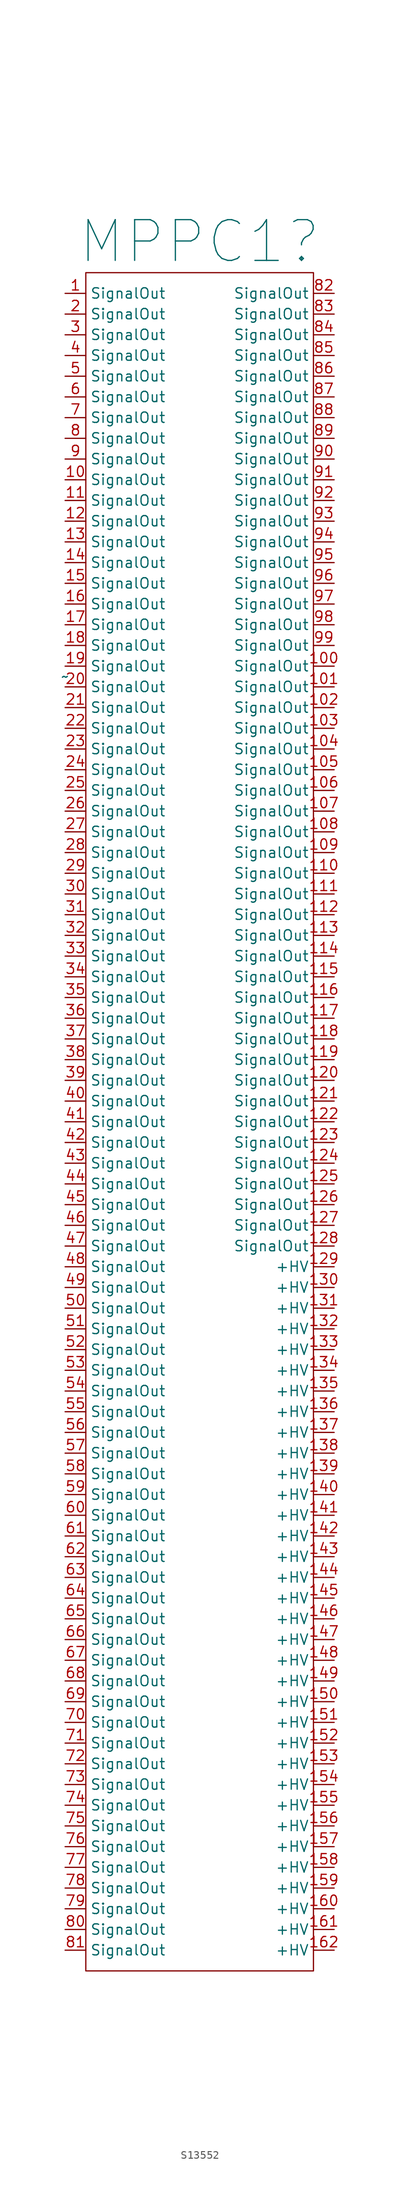
<source format=kicad_sym>
(kicad_symbol_lib
  (version 20220914)
  (generator kicad_symbol_editor)
  (symbol "S13552"
    (property "Reference" "MPPC1"
      (at -1.27 115.57 0)
      (effects (font (size 5 5))))
    (property "Value" "~"
      (at -17.78 62.23 0)
      (effects (font (size 1.27 1.27))))
    (symbol "S13552_0_1"
      (rectangle (start -15.24 111.76) (end 12.7 -96.52) (stroke (width 0) (type default)) (fill (type none))))
    (symbol "S13552_1_1"
      (pin output line (at -17.78 109.22 0) (length 2.54) (name "SignalOut" (effects (font (size 1.27 1.27)))) (number "1" (effects (font (size 1.27 1.27)))))
      (pin output line (at -17.78 86.36 0) (length 2.54) (name "SignalOut" (effects (font (size 1.27 1.27)))) (number "10" (effects (font (size 1.27 1.27)))))
      (pin output line (at 15.24 63.5 180) (length 2.54) (name "SignalOut" (effects (font (size 1.27 1.27)))) (number "100" (effects (font (size 1.27 1.27)))))
      (pin output line (at 15.24 60.96 180) (length 2.54) (name "SignalOut" (effects (font (size 1.27 1.27)))) (number "101" (effects (font (size 1.27 1.27)))))
      (pin output line (at 15.24 58.42 180) (length 2.54) (name "SignalOut" (effects (font (size 1.27 1.27)))) (number "102" (effects (font (size 1.27 1.27)))))
      (pin output line (at 15.24 55.88 180) (length 2.54) (name "SignalOut" (effects (font (size 1.27 1.27)))) (number "103" (effects (font (size 1.27 1.27)))))
      (pin output line (at 15.24 53.34 180) (length 2.54) (name "SignalOut" (effects (font (size 1.27 1.27)))) (number "104" (effects (font (size 1.27 1.27)))))
      (pin output line (at 15.24 50.8 180) (length 2.54) (name "SignalOut" (effects (font (size 1.27 1.27)))) (number "105" (effects (font (size 1.27 1.27)))))
      (pin output line (at 15.24 48.26 180) (length 2.54) (name "SignalOut" (effects (font (size 1.27 1.27)))) (number "106" (effects (font (size 1.27 1.27)))))
      (pin output line (at 15.24 45.72 180) (length 2.54) (name "SignalOut" (effects (font (size 1.27 1.27)))) (number "107" (effects (font (size 1.27 1.27)))))
      (pin output line (at 15.24 43.18 180) (length 2.54) (name "SignalOut" (effects (font (size 1.27 1.27)))) (number "108" (effects (font (size 1.27 1.27)))))
      (pin output line (at 15.24 40.64 180) (length 2.54) (name "SignalOut" (effects (font (size 1.27 1.27)))) (number "109" (effects (font (size 1.27 1.27)))))
      (pin output line (at -17.78 83.82 0) (length 2.54) (name "SignalOut" (effects (font (size 1.27 1.27)))) (number "11" (effects (font (size 1.27 1.27)))))
      (pin output line (at 15.24 38.1 180) (length 2.54) (name "SignalOut" (effects (font (size 1.27 1.27)))) (number "110" (effects (font (size 1.27 1.27)))))
      (pin output line (at 15.24 35.56 180) (length 2.54) (name "SignalOut" (effects (font (size 1.27 1.27)))) (number "111" (effects (font (size 1.27 1.27)))))
      (pin output line (at 15.24 33.02 180) (length 2.54) (name "SignalOut" (effects (font (size 1.27 1.27)))) (number "112" (effects (font (size 1.27 1.27)))))
      (pin output line (at 15.24 30.48 180) (length 2.54) (name "SignalOut" (effects (font (size 1.27 1.27)))) (number "113" (effects (font (size 1.27 1.27)))))
      (pin output line (at 15.24 27.94 180) (length 2.54) (name "SignalOut" (effects (font (size 1.27 1.27)))) (number "114" (effects (font (size 1.27 1.27)))))
      (pin output line (at 15.24 25.4 180) (length 2.54) (name "SignalOut" (effects (font (size 1.27 1.27)))) (number "115" (effects (font (size 1.27 1.27)))))
      (pin output line (at 15.24 22.86 180) (length 2.54) (name "SignalOut" (effects (font (size 1.27 1.27)))) (number "116" (effects (font (size 1.27 1.27)))))
      (pin output line (at 15.24 20.32 180) (length 2.54) (name "SignalOut" (effects (font (size 1.27 1.27)))) (number "117" (effects (font (size 1.27 1.27)))))
      (pin output line (at 15.24 17.78 180) (length 2.54) (name "SignalOut" (effects (font (size 1.27 1.27)))) (number "118" (effects (font (size 1.27 1.27)))))
      (pin output line (at 15.24 15.24 180) (length 2.54) (name "SignalOut" (effects (font (size 1.27 1.27)))) (number "119" (effects (font (size 1.27 1.27)))))
      (pin output line (at -17.78 81.28 0) (length 2.54) (name "SignalOut" (effects (font (size 1.27 1.27)))) (number "12" (effects (font (size 1.27 1.27)))))
      (pin output line (at 15.24 12.7 180) (length 2.54) (name "SignalOut" (effects (font (size 1.27 1.27)))) (number "120" (effects (font (size 1.27 1.27)))))
      (pin output line (at 15.24 10.16 180) (length 2.54) (name "SignalOut" (effects (font (size 1.27 1.27)))) (number "121" (effects (font (size 1.27 1.27)))))
      (pin output line (at 15.24 7.62 180) (length 2.54) (name "SignalOut" (effects (font (size 1.27 1.27)))) (number "122" (effects (font (size 1.27 1.27)))))
      (pin output line (at 15.24 5.08 180) (length 2.54) (name "SignalOut" (effects (font (size 1.27 1.27)))) (number "123" (effects (font (size 1.27 1.27)))))
      (pin output line (at 15.24 2.54 180) (length 2.54) (name "SignalOut" (effects (font (size 1.27 1.27)))) (number "124" (effects (font (size 1.27 1.27)))))
      (pin output line (at 15.24 0 180) (length 2.54) (name "SignalOut" (effects (font (size 1.27 1.27)))) (number "125" (effects (font (size 1.27 1.27)))))
      (pin output line (at 15.24 -2.54 180) (length 2.54) (name "SignalOut" (effects (font (size 1.27 1.27)))) (number "126" (effects (font (size 1.27 1.27)))))
      (pin output line (at 15.24 -5.08 180) (length 2.54) (name "SignalOut" (effects (font (size 1.27 1.27)))) (number "127" (effects (font (size 1.27 1.27)))))
      (pin output line (at 15.24 -7.62 180) (length 2.54) (name "SignalOut" (effects (font (size 1.27 1.27)))) (number "128" (effects (font (size 1.27 1.27)))))
      (pin input line (at 15.24 -10.16 180) (length 2.54) (name "+HV" (effects (font (size 1.27 1.27)))) (number "129" (effects (font (size 1.27 1.27)))))
      (pin output line (at -17.78 78.74 0) (length 2.54) (name "SignalOut" (effects (font (size 1.27 1.27)))) (number "13" (effects (font (size 1.27 1.27)))))
      (pin input line (at 15.24 -12.7 180) (length 2.54) (name "+HV" (effects (font (size 1.27 1.27)))) (number "130" (effects (font (size 1.27 1.27)))))
      (pin input line (at 15.24 -15.24 180) (length 2.54) (name "+HV" (effects (font (size 1.27 1.27)))) (number "131" (effects (font (size 1.27 1.27)))))
      (pin input line (at 15.24 -17.78 180) (length 2.54) (name "+HV" (effects (font (size 1.27 1.27)))) (number "132" (effects (font (size 1.27 1.27)))))
      (pin input line (at 15.24 -20.32 180) (length 2.54) (name "+HV" (effects (font (size 1.27 1.27)))) (number "133" (effects (font (size 1.27 1.27)))))
      (pin input line (at 15.24 -22.86 180) (length 2.54) (name "+HV" (effects (font (size 1.27 1.27)))) (number "134" (effects (font (size 1.27 1.27)))))
      (pin input line (at 15.24 -25.4 180) (length 2.54) (name "+HV" (effects (font (size 1.27 1.27)))) (number "135" (effects (font (size 1.27 1.27)))))
      (pin input line (at 15.24 -27.94 180) (length 2.54) (name "+HV" (effects (font (size 1.27 1.27)))) (number "136" (effects (font (size 1.27 1.27)))))
      (pin input line (at 15.24 -30.48 180) (length 2.54) (name "+HV" (effects (font (size 1.27 1.27)))) (number "137" (effects (font (size 1.27 1.27)))))
      (pin input line (at 15.24 -33.02 180) (length 2.54) (name "+HV" (effects (font (size 1.27 1.27)))) (number "138" (effects (font (size 1.27 1.27)))))
      (pin input line (at 15.24 -35.56 180) (length 2.54) (name "+HV" (effects (font (size 1.27 1.27)))) (number "139" (effects (font (size 1.27 1.27)))))
      (pin output line (at -17.78 76.2 0) (length 2.54) (name "SignalOut" (effects (font (size 1.27 1.27)))) (number "14" (effects (font (size 1.27 1.27)))))
      (pin input line (at 15.24 -38.1 180) (length 2.54) (name "+HV" (effects (font (size 1.27 1.27)))) (number "140" (effects (font (size 1.27 1.27)))))
      (pin input line (at 15.24 -40.64 180) (length 2.54) (name "+HV" (effects (font (size 1.27 1.27)))) (number "141" (effects (font (size 1.27 1.27)))))
      (pin input line (at 15.24 -43.18 180) (length 2.54) (name "+HV" (effects (font (size 1.27 1.27)))) (number "142" (effects (font (size 1.27 1.27)))))
      (pin input line (at 15.24 -45.72 180) (length 2.54) (name "+HV" (effects (font (size 1.27 1.27)))) (number "143" (effects (font (size 1.27 1.27)))))
      (pin input line (at 15.24 -48.26 180) (length 2.54) (name "+HV" (effects (font (size 1.27 1.27)))) (number "144" (effects (font (size 1.27 1.27)))))
      (pin input line (at 15.24 -50.8 180) (length 2.54) (name "+HV" (effects (font (size 1.27 1.27)))) (number "145" (effects (font (size 1.27 1.27)))))
      (pin input line (at 15.24 -53.34 180) (length 2.54) (name "+HV" (effects (font (size 1.27 1.27)))) (number "146" (effects (font (size 1.27 1.27)))))
      (pin input line (at 15.24 -55.88 180) (length 2.54) (name "+HV" (effects (font (size 1.27 1.27)))) (number "147" (effects (font (size 1.27 1.27)))))
      (pin input line (at 15.24 -58.42 180) (length 2.54) (name "+HV" (effects (font (size 1.27 1.27)))) (number "148" (effects (font (size 1.27 1.27)))))
      (pin input line (at 15.24 -60.96 180) (length 2.54) (name "+HV" (effects (font (size 1.27 1.27)))) (number "149" (effects (font (size 1.27 1.27)))))
      (pin output line (at -17.78 73.66 0) (length 2.54) (name "SignalOut" (effects (font (size 1.27 1.27)))) (number "15" (effects (font (size 1.27 1.27)))))
      (pin input line (at 15.24 -63.5 180) (length 2.54) (name "+HV" (effects (font (size 1.27 1.27)))) (number "150" (effects (font (size 1.27 1.27)))))
      (pin input line (at 15.24 -66.04 180) (length 2.54) (name "+HV" (effects (font (size 1.27 1.27)))) (number "151" (effects (font (size 1.27 1.27)))))
      (pin input line (at 15.24 -68.58 180) (length 2.54) (name "+HV" (effects (font (size 1.27 1.27)))) (number "152" (effects (font (size 1.27 1.27)))))
      (pin input line (at 15.24 -71.12 180) (length 2.54) (name "+HV" (effects (font (size 1.27 1.27)))) (number "153" (effects (font (size 1.27 1.27)))))
      (pin input line (at 15.24 -73.66 180) (length 2.54) (name "+HV" (effects (font (size 1.27 1.27)))) (number "154" (effects (font (size 1.27 1.27)))))
      (pin input line (at 15.24 -76.2 180) (length 2.54) (name "+HV" (effects (font (size 1.27 1.27)))) (number "155" (effects (font (size 1.27 1.27)))))
      (pin input line (at 15.24 -78.74 180) (length 2.54) (name "+HV" (effects (font (size 1.27 1.27)))) (number "156" (effects (font (size 1.27 1.27)))))
      (pin input line (at 15.24 -81.28 180) (length 2.54) (name "+HV" (effects (font (size 1.27 1.27)))) (number "157" (effects (font (size 1.27 1.27)))))
      (pin input line (at 15.24 -83.82 180) (length 2.54) (name "+HV" (effects (font (size 1.27 1.27)))) (number "158" (effects (font (size 1.27 1.27)))))
      (pin input line (at 15.24 -86.36 180) (length 2.54) (name "+HV" (effects (font (size 1.27 1.27)))) (number "159" (effects (font (size 1.27 1.27)))))
      (pin output line (at -17.78 71.12 0) (length 2.54) (name "SignalOut" (effects (font (size 1.27 1.27)))) (number "16" (effects (font (size 1.27 1.27)))))
      (pin input line (at 15.24 -88.9 180) (length 2.54) (name "+HV" (effects (font (size 1.27 1.27)))) (number "160" (effects (font (size 1.27 1.27)))))
      (pin input line (at 15.24 -91.44 180) (length 2.54) (name "+HV" (effects (font (size 1.27 1.27)))) (number "161" (effects (font (size 1.27 1.27)))))
      (pin input line (at 15.24 -93.98 180) (length 2.54) (name "+HV" (effects (font (size 1.27 1.27)))) (number "162" (effects (font (size 1.27 1.27)))))
      (pin output line (at -17.78 68.58 0) (length 2.54) (name "SignalOut" (effects (font (size 1.27 1.27)))) (number "17" (effects (font (size 1.27 1.27)))))
      (pin output line (at -17.78 66.04 0) (length 2.54) (name "SignalOut" (effects (font (size 1.27 1.27)))) (number "18" (effects (font (size 1.27 1.27)))))
      (pin output line (at -17.78 63.5 0) (length 2.54) (name "SignalOut" (effects (font (size 1.27 1.27)))) (number "19" (effects (font (size 1.27 1.27)))))
      (pin output line (at -17.78 106.68 0) (length 2.54) (name "SignalOut" (effects (font (size 1.27 1.27)))) (number "2" (effects (font (size 1.27 1.27)))))
      (pin output line (at -17.78 60.96 0) (length 2.54) (name "SignalOut" (effects (font (size 1.27 1.27)))) (number "20" (effects (font (size 1.27 1.27)))))
      (pin output line (at -17.78 58.42 0) (length 2.54) (name "SignalOut" (effects (font (size 1.27 1.27)))) (number "21" (effects (font (size 1.27 1.27)))))
      (pin output line (at -17.78 55.88 0) (length 2.54) (name "SignalOut" (effects (font (size 1.27 1.27)))) (number "22" (effects (font (size 1.27 1.27)))))
      (pin output line (at -17.78 53.34 0) (length 2.54) (name "SignalOut" (effects (font (size 1.27 1.27)))) (number "23" (effects (font (size 1.27 1.27)))))
      (pin output line (at -17.78 50.8 0) (length 2.54) (name "SignalOut" (effects (font (size 1.27 1.27)))) (number "24" (effects (font (size 1.27 1.27)))))
      (pin output line (at -17.78 48.26 0) (length 2.54) (name "SignalOut" (effects (font (size 1.27 1.27)))) (number "25" (effects (font (size 1.27 1.27)))))
      (pin output line (at -17.78 45.72 0) (length 2.54) (name "SignalOut" (effects (font (size 1.27 1.27)))) (number "26" (effects (font (size 1.27 1.27)))))
      (pin output line (at -17.78 43.18 0) (length 2.54) (name "SignalOut" (effects (font (size 1.27 1.27)))) (number "27" (effects (font (size 1.27 1.27)))))
      (pin output line (at -17.78 40.64 0) (length 2.54) (name "SignalOut" (effects (font (size 1.27 1.27)))) (number "28" (effects (font (size 1.27 1.27)))))
      (pin output line (at -17.78 38.1 0) (length 2.54) (name "SignalOut" (effects (font (size 1.27 1.27)))) (number "29" (effects (font (size 1.27 1.27)))))
      (pin output line (at -17.78 104.14 0) (length 2.54) (name "SignalOut" (effects (font (size 1.27 1.27)))) (number "3" (effects (font (size 1.27 1.27)))))
      (pin output line (at -17.78 35.56 0) (length 2.54) (name "SignalOut" (effects (font (size 1.27 1.27)))) (number "30" (effects (font (size 1.27 1.27)))))
      (pin output line (at -17.78 33.02 0) (length 2.54) (name "SignalOut" (effects (font (size 1.27 1.27)))) (number "31" (effects (font (size 1.27 1.27)))))
      (pin output line (at -17.78 30.48 0) (length 2.54) (name "SignalOut" (effects (font (size 1.27 1.27)))) (number "32" (effects (font (size 1.27 1.27)))))
      (pin output line (at -17.78 27.94 0) (length 2.54) (name "SignalOut" (effects (font (size 1.27 1.27)))) (number "33" (effects (font (size 1.27 1.27)))))
      (pin output line (at -17.78 25.4 0) (length 2.54) (name "SignalOut" (effects (font (size 1.27 1.27)))) (number "34" (effects (font (size 1.27 1.27)))))
      (pin output line (at -17.78 22.86 0) (length 2.54) (name "SignalOut" (effects (font (size 1.27 1.27)))) (number "35" (effects (font (size 1.27 1.27)))))
      (pin output line (at -17.78 20.32 0) (length 2.54) (name "SignalOut" (effects (font (size 1.27 1.27)))) (number "36" (effects (font (size 1.27 1.27)))))
      (pin output line (at -17.78 17.78 0) (length 2.54) (name "SignalOut" (effects (font (size 1.27 1.27)))) (number "37" (effects (font (size 1.27 1.27)))))
      (pin output line (at -17.78 15.24 0) (length 2.54) (name "SignalOut" (effects (font (size 1.27 1.27)))) (number "38" (effects (font (size 1.27 1.27)))))
      (pin output line (at -17.78 12.7 0) (length 2.54) (name "SignalOut" (effects (font (size 1.27 1.27)))) (number "39" (effects (font (size 1.27 1.27)))))
      (pin output line (at -17.78 101.6 0) (length 2.54) (name "SignalOut" (effects (font (size 1.27 1.27)))) (number "4" (effects (font (size 1.27 1.27)))))
      (pin output line (at -17.78 10.16 0) (length 2.54) (name "SignalOut" (effects (font (size 1.27 1.27)))) (number "40" (effects (font (size 1.27 1.27)))))
      (pin output line (at -17.78 7.62 0) (length 2.54) (name "SignalOut" (effects (font (size 1.27 1.27)))) (number "41" (effects (font (size 1.27 1.27)))))
      (pin output line (at -17.78 5.08 0) (length 2.54) (name "SignalOut" (effects (font (size 1.27 1.27)))) (number "42" (effects (font (size 1.27 1.27)))))
      (pin output line (at -17.78 2.54 0) (length 2.54) (name "SignalOut" (effects (font (size 1.27 1.27)))) (number "43" (effects (font (size 1.27 1.27)))))
      (pin output line (at -17.78 0 0) (length 2.54) (name "SignalOut" (effects (font (size 1.27 1.27)))) (number "44" (effects (font (size 1.27 1.27)))))
      (pin output line (at -17.78 -2.54 0) (length 2.54) (name "SignalOut" (effects (font (size 1.27 1.27)))) (number "45" (effects (font (size 1.27 1.27)))))
      (pin output line (at -17.78 -5.08 0) (length 2.54) (name "SignalOut" (effects (font (size 1.27 1.27)))) (number "46" (effects (font (size 1.27 1.27)))))
      (pin output line (at -17.78 -7.62 0) (length 2.54) (name "SignalOut" (effects (font (size 1.27 1.27)))) (number "47" (effects (font (size 1.27 1.27)))))
      (pin output line (at -17.78 -10.16 0) (length 2.54) (name "SignalOut" (effects (font (size 1.27 1.27)))) (number "48" (effects (font (size 1.27 1.27)))))
      (pin output line (at -17.78 -12.7 0) (length 2.54) (name "SignalOut" (effects (font (size 1.27 1.27)))) (number "49" (effects (font (size 1.27 1.27)))))
      (pin output line (at -17.78 99.06 0) (length 2.54) (name "SignalOut" (effects (font (size 1.27 1.27)))) (number "5" (effects (font (size 1.27 1.27)))))
      (pin output line (at -17.78 -15.24 0) (length 2.54) (name "SignalOut" (effects (font (size 1.27 1.27)))) (number "50" (effects (font (size 1.27 1.27)))))
      (pin output line (at -17.78 -17.78 0) (length 2.54) (name "SignalOut" (effects (font (size 1.27 1.27)))) (number "51" (effects (font (size 1.27 1.27)))))
      (pin output line (at -17.78 -20.32 0) (length 2.54) (name "SignalOut" (effects (font (size 1.27 1.27)))) (number "52" (effects (font (size 1.27 1.27)))))
      (pin output line (at -17.78 -22.86 0) (length 2.54) (name "SignalOut" (effects (font (size 1.27 1.27)))) (number "53" (effects (font (size 1.27 1.27)))))
      (pin output line (at -17.78 -25.4 0) (length 2.54) (name "SignalOut" (effects (font (size 1.27 1.27)))) (number "54" (effects (font (size 1.27 1.27)))))
      (pin output line (at -17.78 -27.94 0) (length 2.54) (name "SignalOut" (effects (font (size 1.27 1.27)))) (number "55" (effects (font (size 1.27 1.27)))))
      (pin output line (at -17.78 -30.48 0) (length 2.54) (name "SignalOut" (effects (font (size 1.27 1.27)))) (number "56" (effects (font (size 1.27 1.27)))))
      (pin output line (at -17.78 -33.02 0) (length 2.54) (name "SignalOut" (effects (font (size 1.27 1.27)))) (number "57" (effects (font (size 1.27 1.27)))))
      (pin output line (at -17.78 -35.56 0) (length 2.54) (name "SignalOut" (effects (font (size 1.27 1.27)))) (number "58" (effects (font (size 1.27 1.27)))))
      (pin output line (at -17.78 -38.1 0) (length 2.54) (name "SignalOut" (effects (font (size 1.27 1.27)))) (number "59" (effects (font (size 1.27 1.27)))))
      (pin output line (at -17.78 96.52 0) (length 2.54) (name "SignalOut" (effects (font (size 1.27 1.27)))) (number "6" (effects (font (size 1.27 1.27)))))
      (pin output line (at -17.78 -40.64 0) (length 2.54) (name "SignalOut" (effects (font (size 1.27 1.27)))) (number "60" (effects (font (size 1.27 1.27)))))
      (pin output line (at -17.78 -43.18 0) (length 2.54) (name "SignalOut" (effects (font (size 1.27 1.27)))) (number "61" (effects (font (size 1.27 1.27)))))
      (pin output line (at -17.78 -45.72 0) (length 2.54) (name "SignalOut" (effects (font (size 1.27 1.27)))) (number "62" (effects (font (size 1.27 1.27)))))
      (pin output line (at -17.78 -48.26 0) (length 2.54) (name "SignalOut" (effects (font (size 1.27 1.27)))) (number "63" (effects (font (size 1.27 1.27)))))
      (pin output line (at -17.78 -50.8 0) (length 2.54) (name "SignalOut" (effects (font (size 1.27 1.27)))) (number "64" (effects (font (size 1.27 1.27)))))
      (pin output line (at -17.78 -53.34 0) (length 2.54) (name "SignalOut" (effects (font (size 1.27 1.27)))) (number "65" (effects (font (size 1.27 1.27)))))
      (pin output line (at -17.78 -55.88 0) (length 2.54) (name "SignalOut" (effects (font (size 1.27 1.27)))) (number "66" (effects (font (size 1.27 1.27)))))
      (pin output line (at -17.78 -58.42 0) (length 2.54) (name "SignalOut" (effects (font (size 1.27 1.27)))) (number "67" (effects (font (size 1.27 1.27)))))
      (pin output line (at -17.78 -60.96 0) (length 2.54) (name "SignalOut" (effects (font (size 1.27 1.27)))) (number "68" (effects (font (size 1.27 1.27)))))
      (pin output line (at -17.78 -63.5 0) (length 2.54) (name "SignalOut" (effects (font (size 1.27 1.27)))) (number "69" (effects (font (size 1.27 1.27)))))
      (pin output line (at -17.78 93.98 0) (length 2.54) (name "SignalOut" (effects (font (size 1.27 1.27)))) (number "7" (effects (font (size 1.27 1.27)))))
      (pin output line (at -17.78 -66.04 0) (length 2.54) (name "SignalOut" (effects (font (size 1.27 1.27)))) (number "70" (effects (font (size 1.27 1.27)))))
      (pin output line (at -17.78 -68.58 0) (length 2.54) (name "SignalOut" (effects (font (size 1.27 1.27)))) (number "71" (effects (font (size 1.27 1.27)))))
      (pin output line (at -17.78 -71.12 0) (length 2.54) (name "SignalOut" (effects (font (size 1.27 1.27)))) (number "72" (effects (font (size 1.27 1.27)))))
      (pin output line (at -17.78 -73.66 0) (length 2.54) (name "SignalOut" (effects (font (size 1.27 1.27)))) (number "73" (effects (font (size 1.27 1.27)))))
      (pin output line (at -17.78 -76.2 0) (length 2.54) (name "SignalOut" (effects (font (size 1.27 1.27)))) (number "74" (effects (font (size 1.27 1.27)))))
      (pin output line (at -17.78 -78.74 0) (length 2.54) (name "SignalOut" (effects (font (size 1.27 1.27)))) (number "75" (effects (font (size 1.27 1.27)))))
      (pin output line (at -17.78 -81.28 0) (length 2.54) (name "SignalOut" (effects (font (size 1.27 1.27)))) (number "76" (effects (font (size 1.27 1.27)))))
      (pin output line (at -17.78 -83.82 0) (length 2.54) (name "SignalOut" (effects (font (size 1.27 1.27)))) (number "77" (effects (font (size 1.27 1.27)))))
      (pin output line (at -17.78 -86.36 0) (length 2.54) (name "SignalOut" (effects (font (size 1.27 1.27)))) (number "78" (effects (font (size 1.27 1.27)))))
      (pin output line (at -17.78 -88.9 0) (length 2.54) (name "SignalOut" (effects (font (size 1.27 1.27)))) (number "79" (effects (font (size 1.27 1.27)))))
      (pin output line (at -17.78 91.44 0) (length 2.54) (name "SignalOut" (effects (font (size 1.27 1.27)))) (number "8" (effects (font (size 1.27 1.27)))))
      (pin output line (at -17.78 -91.44 0) (length 2.54) (name "SignalOut" (effects (font (size 1.27 1.27)))) (number "80" (effects (font (size 1.27 1.27)))))
      (pin output line (at -17.78 -93.98 0) (length 2.54) (name "SignalOut" (effects (font (size 1.27 1.27)))) (number "81" (effects (font (size 1.27 1.27)))))
      (pin output line (at 15.24 109.22 180) (length 2.54) (name "SignalOut" (effects (font (size 1.27 1.27)))) (number "82" (effects (font (size 1.27 1.27)))))
      (pin output line (at 15.24 106.68 180) (length 2.54) (name "SignalOut" (effects (font (size 1.27 1.27)))) (number "83" (effects (font (size 1.27 1.27)))))
      (pin output line (at 15.24 104.14 180) (length 2.54) (name "SignalOut" (effects (font (size 1.27 1.27)))) (number "84" (effects (font (size 1.27 1.27)))))
      (pin output line (at 15.24 101.6 180) (length 2.54) (name "SignalOut" (effects (font (size 1.27 1.27)))) (number "85" (effects (font (size 1.27 1.27)))))
      (pin output line (at 15.24 99.06 180) (length 2.54) (name "SignalOut" (effects (font (size 1.27 1.27)))) (number "86" (effects (font (size 1.27 1.27)))))
      (pin output line (at 15.24 96.52 180) (length 2.54) (name "SignalOut" (effects (font (size 1.27 1.27)))) (number "87" (effects (font (size 1.27 1.27)))))
      (pin output line (at 15.24 93.98 180) (length 2.54) (name "SignalOut" (effects (font (size 1.27 1.27)))) (number "88" (effects (font (size 1.27 1.27)))))
      (pin output line (at 15.24 91.44 180) (length 2.54) (name "SignalOut" (effects (font (size 1.27 1.27)))) (number "89" (effects (font (size 1.27 1.27)))))
      (pin output line (at -17.78 88.9 0) (length 2.54) (name "SignalOut" (effects (font (size 1.27 1.27)))) (number "9" (effects (font (size 1.27 1.27)))))
      (pin output line (at 15.24 88.9 180) (length 2.54) (name "SignalOut" (effects (font (size 1.27 1.27)))) (number "90" (effects (font (size 1.27 1.27)))))
      (pin output line (at 15.24 86.36 180) (length 2.54) (name "SignalOut" (effects (font (size 1.27 1.27)))) (number "91" (effects (font (size 1.27 1.27)))))
      (pin output line (at 15.24 83.82 180) (length 2.54) (name "SignalOut" (effects (font (size 1.27 1.27)))) (number "92" (effects (font (size 1.27 1.27)))))
      (pin output line (at 15.24 81.28 180) (length 2.54) (name "SignalOut" (effects (font (size 1.27 1.27)))) (number "93" (effects (font (size 1.27 1.27)))))
      (pin output line (at 15.24 78.74 180) (length 2.54) (name "SignalOut" (effects (font (size 1.27 1.27)))) (number "94" (effects (font (size 1.27 1.27)))))
      (pin output line (at 15.24 76.2 180) (length 2.54) (name "SignalOut" (effects (font (size 1.27 1.27)))) (number "95" (effects (font (size 1.27 1.27)))))
      (pin output line (at 15.24 73.66 180) (length 2.54) (name "SignalOut" (effects (font (size 1.27 1.27)))) (number "96" (effects (font (size 1.27 1.27)))))
      (pin output line (at 15.24 71.12 180) (length 2.54) (name "SignalOut" (effects (font (size 1.27 1.27)))) (number "97" (effects (font (size 1.27 1.27)))))
      (pin output line (at 15.24 68.58 180) (length 2.54) (name "SignalOut" (effects (font (size 1.27 1.27)))) (number "98" (effects (font (size 1.27 1.27)))))
      (pin output line (at 15.24 66.04 180) (length 2.54) (name "SignalOut" (effects (font (size 1.27 1.27)))) (number "99" (effects (font (size 1.27 1.27))))))))
</source>
